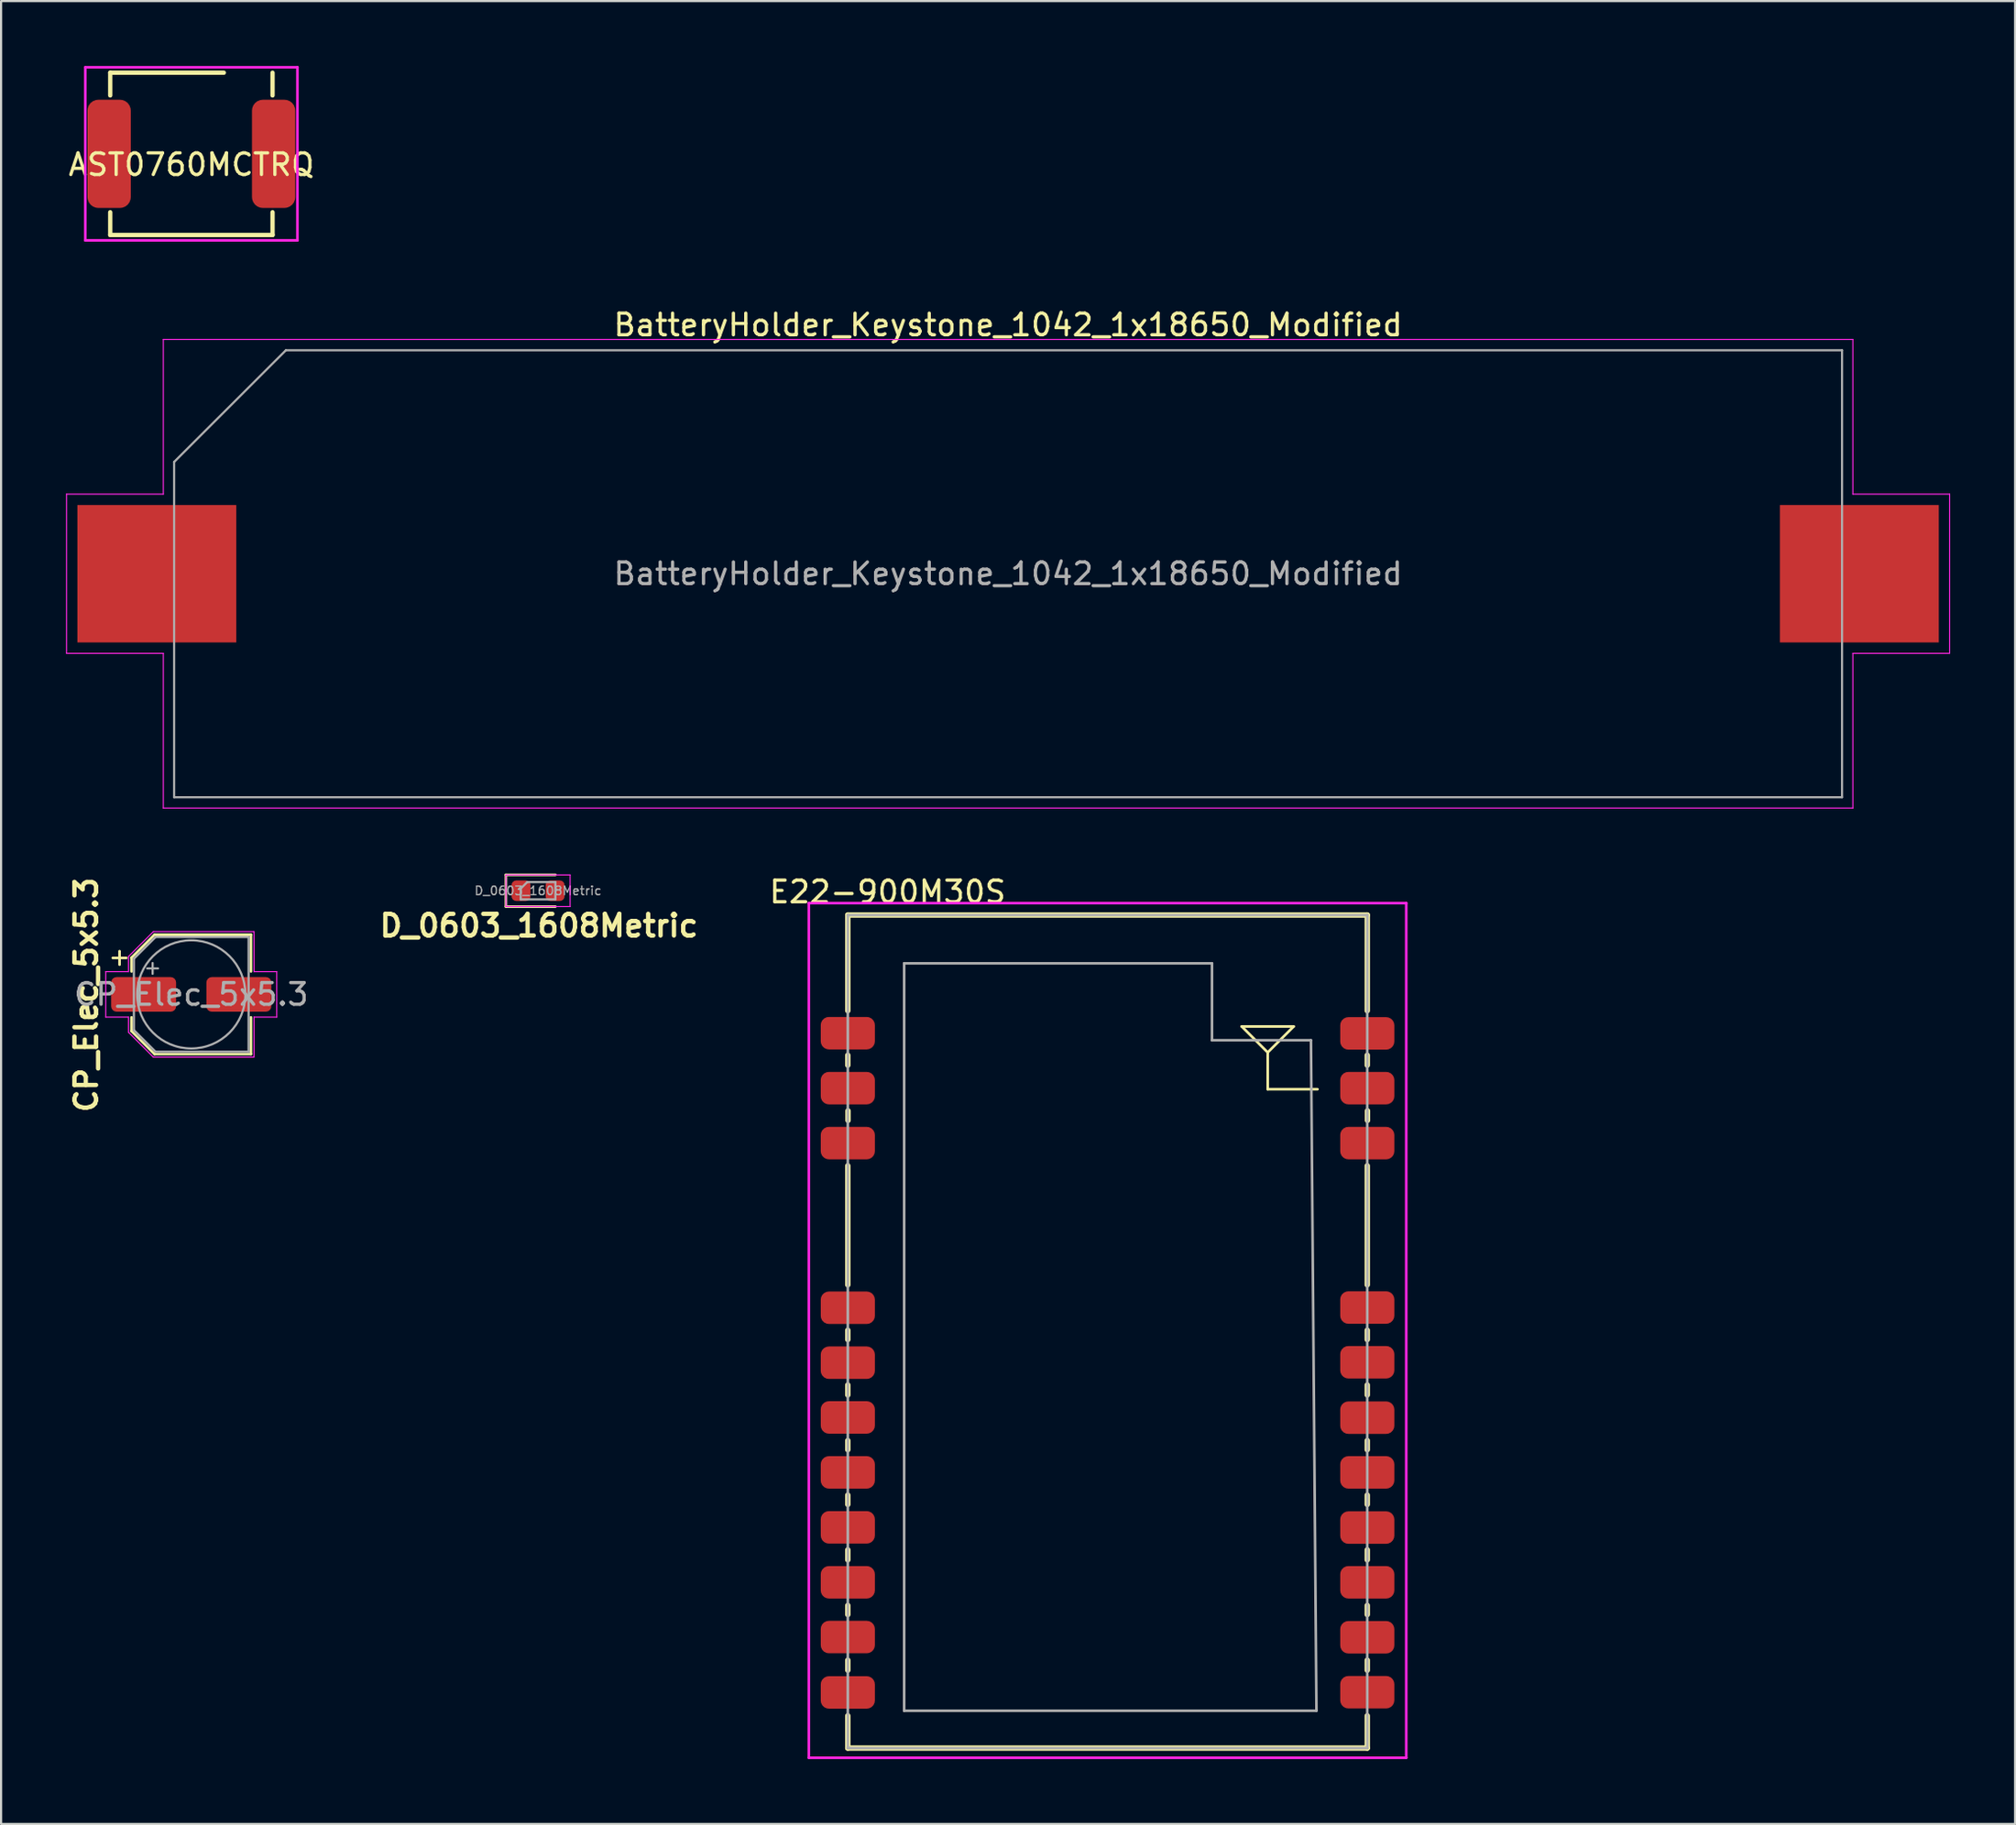
<source format=kicad_pcb>
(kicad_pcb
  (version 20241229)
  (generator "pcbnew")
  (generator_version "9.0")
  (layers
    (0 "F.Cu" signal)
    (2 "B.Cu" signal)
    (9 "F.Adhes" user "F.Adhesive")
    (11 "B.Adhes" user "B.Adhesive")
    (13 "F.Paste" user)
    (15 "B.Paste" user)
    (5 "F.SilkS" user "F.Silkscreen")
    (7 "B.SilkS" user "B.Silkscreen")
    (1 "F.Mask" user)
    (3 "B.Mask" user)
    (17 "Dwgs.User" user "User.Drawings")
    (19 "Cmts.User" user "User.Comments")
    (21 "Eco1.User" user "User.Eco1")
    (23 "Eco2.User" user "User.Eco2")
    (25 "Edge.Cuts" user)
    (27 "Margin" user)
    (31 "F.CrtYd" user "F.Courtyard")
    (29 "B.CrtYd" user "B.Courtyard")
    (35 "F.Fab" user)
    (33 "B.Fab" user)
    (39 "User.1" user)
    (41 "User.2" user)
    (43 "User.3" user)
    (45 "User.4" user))
  (footprint "AST0760MCTRQ"
    (layer "F.Cu")
    (at 5.792 4.06)
    (property "Reference" "AST0760MCTRQ" (at 0 0.5 0) (layer "F.SilkS") (effects (font (size 1 1) (thickness 0.15))))
    (attr through_hole)
    (fp_line (start -3.75 -3.75) (end 1.5 -3.75) (stroke (width 0.2) (type solid)) (layer "F.SilkS"))
    (fp_line (start -3.75 -2.7) (end -3.75 -3.75) (stroke (width 0.2) (type solid)) (layer "F.SilkS"))
    (fp_line (start -3.75 3.75) (end -3.75 2.7) (stroke (width 0.2) (type solid)) (layer "F.SilkS"))
    (fp_line (start 3.75 -2.7) (end 3.75 -3.75) (stroke (width 0.2) (type solid)) (layer "F.SilkS"))
    (fp_line (start 3.75 3.75) (end -3.75 3.75) (stroke (width 0.2) (type solid)) (layer "F.SilkS"))
    (fp_line (start 3.75 3.75) (end 3.75 2.7) (stroke (width 0.2) (type solid)) (layer "F.SilkS"))
    (fp_line (start -4.9 -4) (end -4.9 4) (stroke (width 0.12) (type solid)) (layer "F.CrtYd"))
    (fp_line (start -4.9 4) (end 4.9 4) (stroke (width 0.12) (type solid)) (layer "F.CrtYd"))
    (fp_line (start 4.9 -4) (end -4.9 -4) (stroke (width 0.12) (type solid)) (layer "F.CrtYd"))
    (fp_line (start 4.9 4) (end 4.9 -4) (stroke (width 0.12) (type solid)) (layer "F.CrtYd"))
    (pad "1" smd roundrect (at -3.8 0) (size 2 5) (layers "F.Cu" "F.Mask" "F.Paste") (roundrect_rratio 0.25))
    (pad "2" smd roundrect (at 3.8 0) (size 2 5) (layers "F.Cu" "F.Mask" "F.Paste") (roundrect_rratio 0.25)))
  (footprint "BatteryHolder_Keystone_1042_1x18650_Modified"
    (layer "F.Cu")
    (at 43.525 23.468)
    (property "Reference" "BatteryHolder_Keystone_1042_1x18650_Modified" (at 0 -11.5 180) (layer "F.SilkS") (effects (font (size 1 1) (thickness 0.15))))
    (attr smd)
    (fp_line (start -43.5 -3.68) (end -39.03 -3.68) (stroke (width 0.05) (type solid)) (layer "F.CrtYd"))
    (fp_line (start -43.5 3.68) (end -43.5 -3.68) (stroke (width 0.05) (type solid)) (layer "F.CrtYd"))
    (fp_line (start -39.03 -10.83) (end -39.03 -3.68) (stroke (width 0.05) (type solid)) (layer "F.CrtYd"))
    (fp_line (start -39.03 -10.83) (end 39.03 -10.83) (stroke (width 0.05) (type solid)) (layer "F.CrtYd"))
    (fp_line (start -39.03 3.68) (end -43.5 3.68) (stroke (width 0.05) (type solid)) (layer "F.CrtYd"))
    (fp_line (start -39.03 10.83) (end -39.03 3.68) (stroke (width 0.05) (type solid)) (layer "F.CrtYd"))
    (fp_line (start -39.03 10.83) (end 39.03 10.83) (stroke (width 0.05) (type solid)) (layer "F.CrtYd"))
    (fp_line (start 39.03 -10.83) (end 39.03 -3.68) (stroke (width 0.05) (type solid)) (layer "F.CrtYd"))
    (fp_line (start 39.03 3.68) (end 43.5 3.68) (stroke (width 0.05) (type solid)) (layer "F.CrtYd"))
    (fp_line (start 39.03 10.83) (end 39.03 3.68) (stroke (width 0.05) (type solid)) (layer "F.CrtYd"))
    (fp_line (start 43.5 -3.68) (end 39.03 -3.68) (stroke (width 0.05) (type solid)) (layer "F.CrtYd"))
    (fp_line (start 43.5 3.68) (end 43.5 -3.68) (stroke (width 0.05) (type solid)) (layer "F.CrtYd"))
    (fp_line (start -38.53 -5.168) (end -38.53 10.33) (stroke (width 0.1) (type solid)) (layer "F.Fab"))
    (fp_line (start -38.53 10.33) (end 38.53 10.33) (stroke (width 0.1) (type solid)) (layer "F.Fab"))
    (fp_line (start -33.367 -10.33) (end -38.53 -5.168) (stroke (width 0.1) (type solid)) (layer "F.Fab"))
    (fp_line (start -33.367 -10.33) (end 38.53 -10.33) (stroke (width 0.1) (type solid)) (layer "F.Fab"))
    (fp_line (start 38.53 -10.33) (end 38.53 10.33) (stroke (width 0.1) (type solid)) (layer "F.Fab"))
    (fp_text user "${REFERENCE}" (at 0 0 180) (layer "F.Fab") (effects (font (size 1 1) (thickness 0.15))))
    (pad "1" smd rect (at -39.33 0) (size 7.34 6.35) (layers "F.Cu" "F.Mask" "F.Paste"))
    (pad "2" smd rect (at 39.33 0) (size 7.34 6.35) (layers "F.Cu" "F.Mask" "F.Paste")))
  (footprint "D_0603_1608Metric"
    (layer "F.Cu")
    (at 21.809 38.118)
    (property "Reference" "D_0603_1608Metric" (at 0.04 1.616 0) (layer "F.SilkS") (effects (font (size 1 1) (thickness 0.2))))
    (attr smd)
    (fp_line (start -1.485 -0.735) (end -1.485 0.735) (stroke (width 0.12) (type solid)) (layer "F.SilkS"))
    (fp_line (start -1.485 0.735) (end 0.8 0.735) (stroke (width 0.12) (type solid)) (layer "F.SilkS"))
    (fp_line (start 0.8 -0.735) (end -1.485 -0.735) (stroke (width 0.12) (type solid)) (layer "F.SilkS"))
    (fp_line (start -1.48 -0.73) (end 1.48 -0.73) (stroke (width 0.05) (type solid)) (layer "F.CrtYd"))
    (fp_line (start -1.48 0.73) (end -1.48 -0.73) (stroke (width 0.05) (type solid)) (layer "F.CrtYd"))
    (fp_line (start 1.48 -0.73) (end 1.48 0.73) (stroke (width 0.05) (type solid)) (layer "F.CrtYd"))
    (fp_line (start 1.48 0.73) (end -1.48 0.73) (stroke (width 0.05) (type solid)) (layer "F.CrtYd"))
    (fp_line (start -0.8 -0.1) (end -0.8 0.4) (stroke (width 0.1) (type solid)) (layer "F.Fab"))
    (fp_line (start -0.8 0.4) (end 0.8 0.4) (stroke (width 0.1) (type solid)) (layer "F.Fab"))
    (fp_line (start -0.5 -0.4) (end -0.8 -0.1) (stroke (width 0.1) (type solid)) (layer "F.Fab"))
    (fp_line (start 0.8 -0.4) (end -0.5 -0.4) (stroke (width 0.1) (type solid)) (layer "F.Fab"))
    (fp_line (start 0.8 0.4) (end 0.8 -0.4) (stroke (width 0.1) (type solid)) (layer "F.Fab"))
    (fp_text user "${REFERENCE}" (at 0 0 0) (layer "F.Fab") (effects (font (size 0.4 0.4) (thickness 0.06))))
    (pad "1" smd roundrect (at -0.787 0) (size 0.875 0.95) (layers "F.Cu" "F.Mask" "F.Paste") (roundrect_rratio 0.25))
    (pad "2" smd roundrect (at 0.787 0) (size 0.875 0.95) (layers "F.Cu" "F.Mask" "F.Paste") (roundrect_rratio 0.25)))
  (footprint "E22-900M30S"
    (layer "F.Cu")
    (at 48.12 58.492)
    (property "Reference" "E22-900M30S" (at -10.16 -20.32 180) (layer "F.SilkS") (effects (font (size 1 1) (thickness 0.15))))
    (attr through_hole)
    (fp_line (start -12 -19.25) (end -12 -14.83) (stroke (width 0.25) (type solid)) (layer "F.SilkS"))
    (fp_line (start -12 -19.25) (end 12 -19.25) (stroke (width 0.25) (type solid)) (layer "F.SilkS"))
    (fp_line (start -12 -12.77) (end -12 -12.31) (stroke (width 0.25) (type solid)) (layer "F.SilkS"))
    (fp_line (start -12 -7.66) (end -12 -2.16) (stroke (width 0.25) (type solid)) (layer "F.SilkS"))
    (fp_line (start -12 -0.06) (end -12 0.37) (stroke (width 0.25) (type solid)) (layer "F.SilkS"))
    (fp_line (start -12 2.47) (end -12 2.93) (stroke (width 0.25) (type solid)) (layer "F.SilkS"))
    (fp_line (start -12 5.04) (end -12 5.46) (stroke (width 0.25) (type solid)) (layer "F.SilkS"))
    (fp_line (start -12 7.56) (end -12 7.99) (stroke (width 0.25) (type solid)) (layer "F.SilkS"))
    (fp_line (start -12 10.09) (end -12 10.55) (stroke (width 0.25) (type solid)) (layer "F.SilkS"))
    (fp_line (start -12 12.66) (end -12 13.08) (stroke (width 0.25) (type solid)) (layer "F.SilkS"))
    (fp_line (start -12 15.19) (end -12 15.65) (stroke (width 0.25) (type solid)) (layer "F.SilkS"))
    (fp_line (start -12 17.76) (end -12 19.25) (stroke (width 0.25) (type solid)) (layer "F.SilkS"))
    (fp_line (start -11.99 -10.2) (end -11.99 -9.76) (stroke (width 0.25) (type solid)) (layer "F.SilkS"))
    (fp_line (start 6.2 -14.1) (end 8.6 -14.1) (stroke (width 0.12) (type solid)) (layer "F.SilkS"))
    (fp_line (start 7.4 -12.9) (end 6.2 -14.1) (stroke (width 0.12) (type solid)) (layer "F.SilkS"))
    (fp_line (start 7.4 -11.2) (end 7.4 -12.9) (stroke (width 0.12) (type solid)) (layer "F.SilkS"))
    (fp_line (start 8.6 -14.1) (end 7.4 -12.9) (stroke (width 0.12) (type solid)) (layer "F.SilkS"))
    (fp_line (start 9.7 -11.2) (end 7.4 -11.2) (stroke (width 0.12) (type solid)) (layer "F.SilkS"))
    (fp_line (start 12 -19.25) (end 12 -14.83) (stroke (width 0.25) (type solid)) (layer "F.SilkS"))
    (fp_line (start 12 -12.77) (end 12 -12.31) (stroke (width 0.25) (type solid)) (layer "F.SilkS"))
    (fp_line (start 12 -7.66) (end 12 -2.16) (stroke (width 0.25) (type solid)) (layer "F.SilkS"))
    (fp_line (start 12 -0.06) (end 12 0.37) (stroke (width 0.25) (type solid)) (layer "F.SilkS"))
    (fp_line (start 12 2.47) (end 12 2.93) (stroke (width 0.25) (type solid)) (layer "F.SilkS"))
    (fp_line (start 12 5.04) (end 12 5.46) (stroke (width 0.25) (type solid)) (layer "F.SilkS"))
    (fp_line (start 12 7.56) (end 12 7.99) (stroke (width 0.25) (type solid)) (layer "F.SilkS"))
    (fp_line (start 12 10.09) (end 12 10.55) (stroke (width 0.25) (type solid)) (layer "F.SilkS"))
    (fp_line (start 12 12.66) (end 12 13.08) (stroke (width 0.25) (type solid)) (layer "F.SilkS"))
    (fp_line (start 12 15.19) (end 12 15.65) (stroke (width 0.25) (type solid)) (layer "F.SilkS"))
    (fp_line (start 12 17.76) (end 12 19.25) (stroke (width 0.25) (type solid)) (layer "F.SilkS"))
    (fp_line (start 12 19.25) (end -12 19.25) (stroke (width 0.25) (type solid)) (layer "F.SilkS"))
    (fp_line (start 12.01 -10.2) (end 12.01 -9.76) (stroke (width 0.25) (type solid)) (layer "F.SilkS"))
    (fp_line (start -13.8 -19.8) (end -13.8 19.7) (stroke (width 0.12) (type solid)) (layer "F.CrtYd"))
    (fp_line (start -13.8 19.7) (end 13.8 19.7) (stroke (width 0.12) (type solid)) (layer "F.CrtYd"))
    (fp_line (start 13.8 -19.8) (end -13.8 -19.8) (stroke (width 0.12) (type solid)) (layer "F.CrtYd"))
    (fp_line (start 13.8 19.7) (end 13.8 -19.8) (stroke (width 0.12) (type solid)) (layer "F.CrtYd"))
    (fp_line (start -12 -19.25) (end 12 -19.25) (stroke (width 0.12) (type solid)) (layer "F.Fab"))
    (fp_line (start -12 19.25) (end -12 -19.25) (stroke (width 0.12) (type solid)) (layer "F.Fab"))
    (fp_line (start -9.398 -17.018) (end 4.826 -17.018) (stroke (width 0.12) (type solid)) (layer "F.Fab"))
    (fp_line (start -9.398 17.526) (end -9.398 -17.018) (stroke (width 0.12) (type solid)) (layer "F.Fab"))
    (fp_line (start 4.826 -17.018) (end 4.826 -13.462) (stroke (width 0.12) (type solid)) (layer "F.Fab"))
    (fp_line (start 4.826 -13.462) (end 9.398 -13.462) (stroke (width 0.12) (type solid)) (layer "F.Fab"))
    (fp_line (start 9.398 -13.462) (end 9.652 17.526) (stroke (width 0.12) (type solid)) (layer "F.Fab"))
    (fp_line (start 9.652 17.526) (end -9.398 17.526) (stroke (width 0.12) (type solid)) (layer "F.Fab"))
    (fp_line (start 12 -19.25) (end 12 19.25) (stroke (width 0.12) (type solid)) (layer "F.Fab"))
    (fp_line (start 12 19.25) (end -12 19.25) (stroke (width 0.12) (type solid)) (layer "F.Fab"))
    (pad "1" smd roundrect (at -12 -13.79) (size 2.5 1.5) (layers "F.Cu" "F.Mask" "F.Paste") (roundrect_rratio 0.25))
    (pad "2" smd roundrect (at -12 -11.25) (size 2.5 1.5) (layers "F.Cu" "F.Mask" "F.Paste") (roundrect_rratio 0.25))
    (pad "3" smd roundrect (at -12 -8.71) (size 2.5 1.5) (layers "F.Cu" "F.Mask" "F.Paste") (roundrect_rratio 0.25))
    (pad "4" smd roundrect (at -12 -1.1) (size 2.5 1.5) (layers "F.Cu" "F.Mask" "F.Paste") (roundrect_rratio 0.25))
    (pad "5" smd roundrect (at -12 1.44) (size 2.5 1.5) (layers "F.Cu" "F.Mask" "F.Paste") (roundrect_rratio 0.25))
    (pad "6" smd roundrect (at -12 3.97) (size 2.5 1.5) (layers "F.Cu" "F.Mask" "F.Paste") (roundrect_rratio 0.25))
    (pad "7" smd roundrect (at -12 6.51) (size 2.5 1.5) (layers "F.Cu" "F.Mask" "F.Paste") (roundrect_rratio 0.25))
    (pad "8" smd roundrect (at -12 9.05) (size 2.5 1.5) (layers "F.Cu" "F.Mask" "F.Paste") (roundrect_rratio 0.25))
    (pad "9" smd roundrect (at -12 11.59) (size 2.5 1.5) (layers "F.Cu" "F.Mask" "F.Paste") (roundrect_rratio 0.25))
    (pad "10" smd roundrect (at -12 14.12) (size 2.5 1.5) (layers "F.Cu" "F.Mask" "F.Paste") (roundrect_rratio 0.25))
    (pad "11" smd roundrect (at -12 16.68) (size 2.5 1.5) (layers "F.Cu" "F.Mask" "F.Paste") (roundrect_rratio 0.25))
    (pad "12" smd roundrect (at 12 16.67) (size 2.5 1.5) (layers "F.Cu" "F.Mask" "F.Paste") (roundrect_rratio 0.25))
    (pad "13" smd roundrect (at 12 14.13) (size 2.5 1.5) (layers "F.Cu" "F.Mask" "F.Paste") (roundrect_rratio 0.25))
    (pad "14" smd roundrect (at 12 11.59) (size 2.5 1.5) (layers "F.Cu" "F.Mask" "F.Paste") (roundrect_rratio 0.25))
    (pad "15" smd roundrect (at 12 9.06) (size 2.5 1.5) (layers "F.Cu" "F.Mask" "F.Paste") (roundrect_rratio 0.25))
    (pad "16" smd roundrect (at 12 6.51) (size 2.5 1.5) (layers "F.Cu" "F.Mask" "F.Paste") (roundrect_rratio 0.25))
    (pad "17" smd roundrect (at 12 3.98) (size 2.5 1.5) (layers "F.Cu" "F.Mask" "F.Paste") (roundrect_rratio 0.25))
    (pad "18" smd roundrect (at 12 1.42) (size 2.5 1.5) (layers "F.Cu" "F.Mask" "F.Paste") (roundrect_rratio 0.25))
    (pad "19" smd roundrect (at 12 -1.11) (size 2.5 1.5) (layers "F.Cu" "F.Mask" "F.Paste") (roundrect_rratio 0.25))
    (pad "20" smd roundrect (at 12 -8.71) (size 2.5 1.5) (layers "F.Cu" "F.Mask" "F.Paste") (roundrect_rratio 0.25))
    (pad "21" smd roundrect (at 12 -11.25) (size 2.5 1.5) (layers "F.Cu" "F.Mask" "F.Paste") (roundrect_rratio 0.25))
    (pad "22" smd roundrect (at 12 -13.78) (size 2.5 1.5) (layers "F.Cu" "F.Mask" "F.Paste") (roundrect_rratio 0.25)))
  (footprint "CP_Elec_5x5.3"
    (layer "F.Cu")
    (at 5.786 42.909)
    (property "Reference" "CP_Elec_5x5.3" (at -4.85 0.019 90) (layer "F.SilkS") (effects (font (size 1 1) (thickness 0.2))))
    (attr smd)
    (fp_line (start -3.625 -1.685) (end -3 -1.685) (stroke (width 0.12) (type solid)) (layer "F.SilkS"))
    (fp_line (start -3.312 -1.998) (end -3.312 -1.373) (stroke (width 0.12) (type solid)) (layer "F.SilkS"))
    (fp_line (start -2.76 -1.696) (end -2.76 -1.06) (stroke (width 0.12) (type solid)) (layer "F.SilkS"))
    (fp_line (start -2.76 -1.696) (end -1.696 -2.76) (stroke (width 0.12) (type solid)) (layer "F.SilkS"))
    (fp_line (start -2.76 1.696) (end -2.76 1.06) (stroke (width 0.12) (type solid)) (layer "F.SilkS"))
    (fp_line (start -2.76 1.696) (end -1.696 2.76) (stroke (width 0.12) (type solid)) (layer "F.SilkS"))
    (fp_line (start -1.696 -2.76) (end 2.76 -2.76) (stroke (width 0.12) (type solid)) (layer "F.SilkS"))
    (fp_line (start -1.696 2.76) (end 2.76 2.76) (stroke (width 0.12) (type solid)) (layer "F.SilkS"))
    (fp_line (start 2.76 -2.76) (end 2.76 -1.06) (stroke (width 0.12) (type solid)) (layer "F.SilkS"))
    (fp_line (start 2.76 2.76) (end 2.76 1.06) (stroke (width 0.12) (type solid)) (layer "F.SilkS"))
    (fp_line (start -3.95 -1.05) (end -3.95 1.05) (stroke (width 0.05) (type solid)) (layer "F.CrtYd"))
    (fp_line (start -3.95 1.05) (end -2.9 1.05) (stroke (width 0.05) (type solid)) (layer "F.CrtYd"))
    (fp_line (start -2.9 -1.75) (end -2.9 -1.05) (stroke (width 0.05) (type solid)) (layer "F.CrtYd"))
    (fp_line (start -2.9 -1.75) (end -1.75 -2.9) (stroke (width 0.05) (type solid)) (layer "F.CrtYd"))
    (fp_line (start -2.9 -1.05) (end -3.95 -1.05) (stroke (width 0.05) (type solid)) (layer "F.CrtYd"))
    (fp_line (start -2.9 1.05) (end -2.9 1.75) (stroke (width 0.05) (type solid)) (layer "F.CrtYd"))
    (fp_line (start -2.9 1.75) (end -1.75 2.9) (stroke (width 0.05) (type solid)) (layer "F.CrtYd"))
    (fp_line (start -1.75 -2.9) (end 2.9 -2.9) (stroke (width 0.05) (type solid)) (layer "F.CrtYd"))
    (fp_line (start -1.75 2.9) (end 2.9 2.9) (stroke (width 0.05) (type solid)) (layer "F.CrtYd"))
    (fp_line (start 2.9 -2.9) (end 2.9 -1.05) (stroke (width 0.05) (type solid)) (layer "F.CrtYd"))
    (fp_line (start 2.9 -1.05) (end 3.95 -1.05) (stroke (width 0.05) (type solid)) (layer "F.CrtYd"))
    (fp_line (start 2.9 1.05) (end 2.9 2.9) (stroke (width 0.05) (type solid)) (layer "F.CrtYd"))
    (fp_line (start 3.95 -1.05) (end 3.95 1.05) (stroke (width 0.05) (type solid)) (layer "F.CrtYd"))
    (fp_line (start 3.95 1.05) (end 2.9 1.05) (stroke (width 0.05) (type solid)) (layer "F.CrtYd"))
    (fp_line (start -2.65 -1.65) (end -2.65 1.65) (stroke (width 0.1) (type solid)) (layer "F.Fab"))
    (fp_line (start -2.65 -1.65) (end -1.65 -2.65) (stroke (width 0.1) (type solid)) (layer "F.Fab"))
    (fp_line (start -2.65 1.65) (end -1.65 2.65) (stroke (width 0.1) (type solid)) (layer "F.Fab"))
    (fp_line (start -2.034 -1.2) (end -1.534 -1.2) (stroke (width 0.1) (type solid)) (layer "F.Fab"))
    (fp_line (start -1.784 -1.45) (end -1.784 -0.95) (stroke (width 0.1) (type solid)) (layer "F.Fab"))
    (fp_line (start -1.65 -2.65) (end 2.65 -2.65) (stroke (width 0.1) (type solid)) (layer "F.Fab"))
    (fp_line (start -1.65 2.65) (end 2.65 2.65) (stroke (width 0.1) (type solid)) (layer "F.Fab"))
    (fp_line (start 2.65 -2.65) (end 2.65 2.65) (stroke (width 0.1) (type solid)) (layer "F.Fab"))
    (fp_circle (center 0 0) (end 2.5 0) (stroke (width 0.1) (type solid)) (fill no) (layer "F.Fab"))
    (fp_text user "${REFERENCE}" (at 0 0 180) (layer "F.Fab") (effects (font (size 1 1) (thickness 0.15))))
    (pad "1" smd roundrect (at -2.2 0) (size 3 1.6) (layers "F.Cu" "F.Mask" "F.Paste") (roundrect_rratio 0.156))
    (pad "2" smd roundrect (at 2.2 0) (size 3 1.6) (layers "F.Cu" "F.Mask" "F.Paste") (roundrect_rratio 0.156)))
  (gr_rect
    (start -3 -3)
    (end 90.05 81.251)
    (stroke (width 0.1) (type default))
    (fill no)
    (layer "Edge.Cuts")))
</source>
